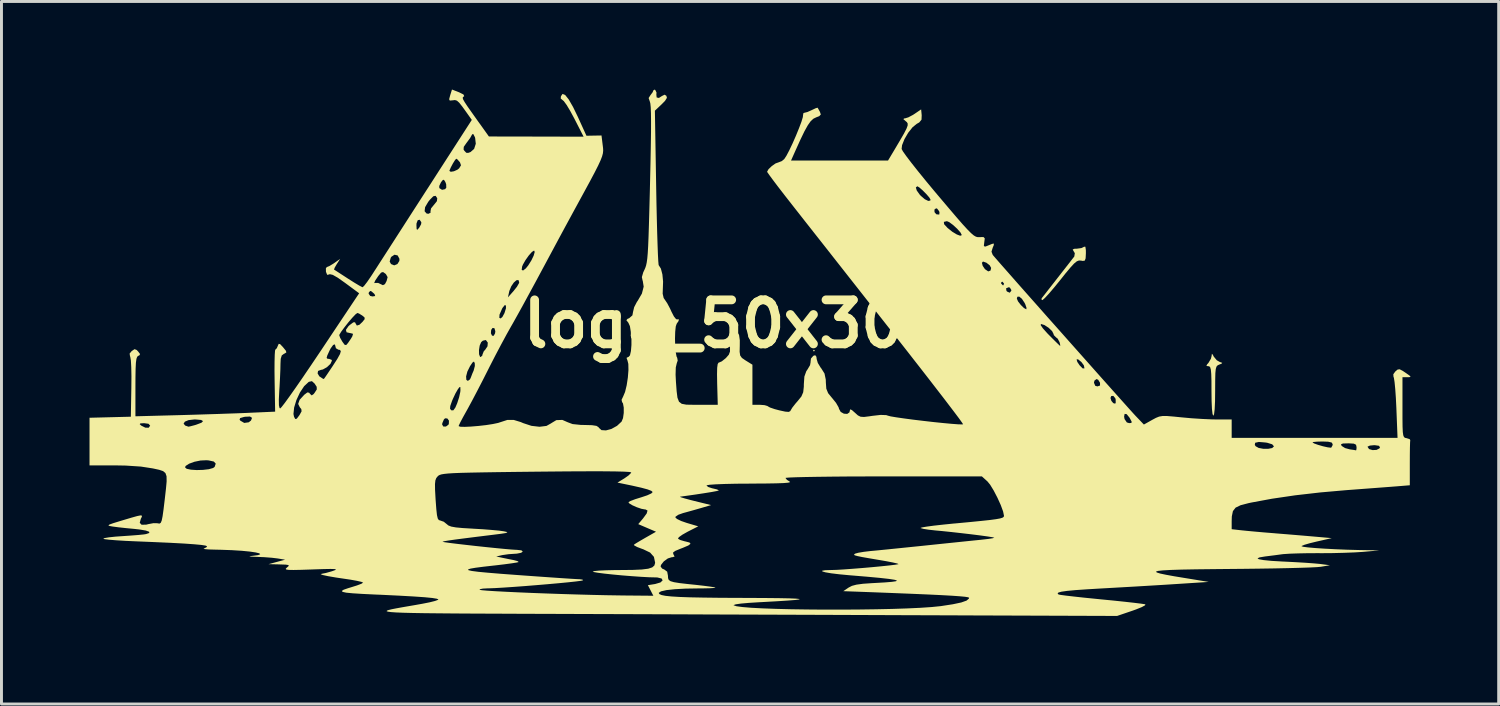
<source format=kicad_pcb>
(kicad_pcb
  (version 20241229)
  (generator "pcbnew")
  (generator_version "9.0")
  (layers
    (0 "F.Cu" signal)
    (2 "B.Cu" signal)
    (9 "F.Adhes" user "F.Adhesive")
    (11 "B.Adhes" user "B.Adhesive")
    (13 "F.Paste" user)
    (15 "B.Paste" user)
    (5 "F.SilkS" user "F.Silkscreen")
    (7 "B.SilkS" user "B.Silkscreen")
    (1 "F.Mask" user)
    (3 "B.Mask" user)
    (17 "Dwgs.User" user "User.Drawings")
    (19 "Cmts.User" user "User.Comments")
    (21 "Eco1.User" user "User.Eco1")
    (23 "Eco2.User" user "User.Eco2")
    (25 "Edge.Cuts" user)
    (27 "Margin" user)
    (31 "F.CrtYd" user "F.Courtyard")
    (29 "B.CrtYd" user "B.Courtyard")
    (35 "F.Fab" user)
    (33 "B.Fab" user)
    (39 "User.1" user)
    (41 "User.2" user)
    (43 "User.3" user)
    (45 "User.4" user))
  (footprint "logo_50x30"
    (layer "F.Cu")
    (at 21.271 7.988)
    (property "Reference" "logo_50x30" (at 0 0 0) (layer "F.SilkS") (effects (font (size 1.5 1.5) (thickness 0.3))))
    (attr board_only exclude_from_pos_files exclude_from_bom)
    (fp_poly (pts (xy 3.441 0.907) (xy 3.41 0.938) (xy 3.378 0.907) (xy 3.41 0.876)) (stroke (width 0) (type solid)) (fill yes) (layer "F.SilkS"))
    (fp_poly (pts (xy 16.998 1.046) (xy 17.03 1.109) (xy 17.134 1.236) (xy 17.228 1.29) (xy 17.319 1.324) (xy 17.297 1.353) (xy 17.219 1.383) (xy 17.163 1.409) (xy 17.124 1.453) (xy 17.1 1.535) (xy 17.086 1.677) (xy 17.081 1.899) (xy 17.079 2.222) (xy 17.079 2.281) (xy 17.075 2.639) (xy 17.062 2.907) (xy 17.042 3.074) (xy 17.017 3.128) (xy 16.99 3.068) (xy 16.97 2.894) (xy 16.958 2.621) (xy 16.954 2.283) (xy 16.953 1.941) (xy 16.946 1.705) (xy 16.933 1.556) (xy 16.91 1.475) (xy 16.876 1.442) (xy 16.851 1.439) (xy 16.782 1.43) (xy 16.801 1.382) (xy 16.851 1.325) (xy 16.934 1.186) (xy 16.958 1.09) (xy 16.968 1.014)) (stroke (width 0) (type solid)) (fill yes) (layer "F.SilkS"))
    (fp_poly (pts (xy 12.674 -2.519) (xy 12.675 -2.41) (xy 12.666 -2.236) (xy 12.637 -2.159) (xy 12.569 -2.148) (xy 12.511 -2.159) (xy 12.44 -2.163) (xy 12.366 -2.135) (xy 12.273 -2.059) (xy 12.146 -1.921) (xy 11.969 -1.709) (xy 11.806 -1.503) (xy 11.604 -1.255) (xy 11.426 -1.046) (xy 11.287 -0.895) (xy 11.203 -0.819) (xy 11.19 -0.813) (xy 11.155 -0.846) (xy 11.181 -0.892) (xy 11.242 -0.969) (xy 11.362 -1.123) (xy 11.525 -1.332) (xy 11.715 -1.575) (xy 11.731 -1.595) (xy 11.922 -1.84) (xy 12.088 -2.052) (xy 12.212 -2.212) (xy 12.278 -2.296) (xy 12.28 -2.299) (xy 12.298 -2.412) (xy 12.262 -2.471) (xy 12.225 -2.537) (xy 12.281 -2.562) (xy 12.367 -2.565) (xy 12.522 -2.586) (xy 12.615 -2.631) (xy 12.657 -2.631)) (stroke (width 0) (type solid)) (fill yes) (layer "F.SilkS"))
    (fp_poly (pts (xy -8.681 -7.894) (xy -8.532 -7.82) (xy -8.505 -7.764) (xy -8.52 -7.75) (xy -8.548 -7.73) (xy -8.557 -7.701) (xy -8.541 -7.648) (xy -8.489 -7.557) (xy -8.394 -7.413) (xy -8.246 -7.203) (xy -8.038 -6.91) (xy -7.941 -6.776) (xy -7.664 -6.388) (xy -6.051 -6.385) (xy -4.438 -6.381) (xy -4.758 -7.007) (xy -4.893 -7.257) (xy -5.015 -7.46) (xy -5.111 -7.592) (xy -5.16 -7.633) (xy -5.217 -7.68) (xy -5.211 -7.756) (xy -5.156 -7.838) (xy -5.067 -7.803) (xy -4.947 -7.653) (xy -4.796 -7.391) (xy -4.635 -7.059) (xy -4.341 -6.413) (xy -4.084 -6.418) (xy -3.828 -6.422) (xy -3.787 -6.091) (xy -3.775 -5.994) (xy -3.771 -5.907) (xy -3.78 -5.816) (xy -3.808 -5.71) (xy -3.86 -5.575) (xy -3.942 -5.397) (xy -4.06 -5.165) (xy -4.219 -4.865) (xy -4.426 -4.484) (xy -4.685 -4.009) (xy -4.756 -3.879) (xy -4.891 -3.63) (xy -5.072 -3.297) (xy -5.283 -2.906) (xy -5.511 -2.481) (xy -5.742 -2.05) (xy -5.852 -1.846) (xy -6.077 -1.427) (xy -6.303 -1.011) (xy -6.516 -0.619) (xy -6.705 -0.278) (xy -6.855 -0.01) (xy -6.915 0.094) (xy -7.063 0.358) (xy -7.246 0.697) (xy -7.444 1.072) (xy -7.636 1.446) (xy -7.695 1.564) (xy -7.875 1.919) (xy -8.061 2.279) (xy -8.235 2.61) (xy -8.379 2.876) (xy -8.422 2.954) (xy -8.545 3.174) (xy -8.639 3.352) (xy -8.69 3.461) (xy -8.696 3.479) (xy -8.639 3.501) (xy -8.488 3.505) (xy -8.272 3.495) (xy -8.021 3.474) (xy -7.764 3.445) (xy -7.531 3.409) (xy -7.35 3.371) (xy -7.283 3.349) (xy -7.039 3.27) (xy -6.821 3.268) (xy -6.578 3.342) (xy -6.498 3.377) (xy -6.216 3.47) (xy -5.94 3.502) (xy -5.703 3.473) (xy -5.54 3.382) (xy -5.537 3.378) (xy -5.367 3.276) (xy -5.162 3.268) (xy -4.977 3.349) (xy -4.814 3.41) (xy -4.532 3.439) (xy -4.405 3.441) (xy -4.152 3.448) (xy -4.001 3.471) (xy -3.929 3.516) (xy -3.919 3.535) (xy -3.83 3.616) (xy -3.676 3.626) (xy -3.488 3.575) (xy -3.299 3.47) (xy -3.144 3.326) (xy -3.095 3.208) (xy -3.07 3.032) (xy -3.07 2.849) (xy -3.096 2.707) (xy -3.127 2.659) (xy -3.144 2.583) (xy -3.09 2.47) (xy -3.025 2.315) (xy -2.97 2.087) (xy -2.93 1.825) (xy -2.91 1.57) (xy -2.914 1.361) (xy -2.941 1.251) (xy -2.975 1.155) (xy -2.924 1.126) (xy -2.911 1.126) (xy -2.859 1.07) (xy -2.825 0.922) (xy -2.808 0.716) (xy -2.808 0.483) (xy -2.826 0.258) (xy -2.861 0.071) (xy -2.913 -0.043) (xy -2.916 -0.047) (xy -2.981 -0.128) (xy -2.94 -0.175) (xy -2.885 -0.197) (xy -2.775 -0.294) (xy -2.753 -0.414) (xy -2.715 -0.573) (xy -2.622 -0.752) (xy -2.595 -0.789) (xy -2.452 -1.035) (xy -2.391 -1.272) (xy -2.422 -1.468) (xy -2.428 -1.479) (xy -2.453 -1.597) (xy -2.406 -1.759) (xy -2.365 -1.846) (xy -2.335 -1.914) (xy -2.309 -1.993) (xy -2.287 -2.096) (xy -2.268 -2.234) (xy -2.252 -2.419) (xy -2.238 -2.664) (xy -2.225 -2.98) (xy -2.212 -3.38) (xy -2.198 -3.876) (xy -2.182 -4.479) (xy -2.175 -4.781) (xy -2.159 -5.476) (xy -2.148 -6.054) (xy -2.141 -6.526) (xy -2.14 -6.899) (xy -2.143 -7.181) (xy -2.151 -7.383) (xy -2.164 -7.513) (xy -2.181 -7.58) (xy -2.183 -7.583) (xy -2.222 -7.698) (xy -2.16 -7.796) (xy -2.083 -7.899) (xy -2.065 -7.953) (xy -2.025 -7.985) (xy -1.997 -7.973) (xy -1.954 -7.886) (xy -1.959 -7.813) (xy -1.949 -7.717) (xy -1.872 -7.701) (xy -1.764 -7.77) (xy -1.677 -7.812) (xy -1.618 -7.774) (xy -1.599 -7.705) (xy -1.664 -7.601) (xy -1.778 -7.485) (xy -2.009 -7.267) (xy -1.965 -4.65) (xy -1.955 -4.09) (xy -1.943 -3.57) (xy -1.931 -3.102) (xy -1.918 -2.7) (xy -1.906 -2.377) (xy -1.894 -2.147) (xy -1.883 -2.021) (xy -1.878 -2.002) (xy -1.805 -1.887) (xy -1.753 -1.688) (xy -1.73 -1.445) (xy -1.736 -1.263) (xy -1.744 -1.032) (xy -1.71 -0.885) (xy -1.67 -0.827) (xy -1.589 -0.707) (xy -1.492 -0.524) (xy -1.444 -0.418) (xy -1.361 -0.257) (xy -1.287 -0.165) (xy -1.252 -0.156) (xy -1.195 -0.163) (xy -1.201 -0.103) (xy -1.263 -0.013) (xy -1.265 -0.012) (xy -1.298 0.084) (xy -1.317 0.267) (xy -1.324 0.498) (xy -1.318 0.74) (xy -1.3 0.956) (xy -1.271 1.108) (xy -1.249 1.151) (xy -1.232 1.247) (xy -1.263 1.335) (xy -1.297 1.481) (xy -1.304 1.729) (xy -1.292 1.967) (xy -1.268 2.291) (xy -1.24 2.512) (xy -1.188 2.648) (xy -1.094 2.72) (xy -0.937 2.749) (xy -0.698 2.753) (xy -0.521 2.753) (xy 0.133 2.753) (xy 0.113 2.033) (xy 0.108 1.709) (xy 0.113 1.493) (xy 0.13 1.368) (xy 0.16 1.317) (xy 0.175 1.314) (xy 0.27 1.273) (xy 0.397 1.172) (xy 0.416 1.154) (xy 0.51 1.046) (xy 0.55 0.937) (xy 0.548 0.779) (xy 0.535 0.663) (xy 0.518 0.452) (xy 0.537 0.326) (xy 0.594 0.25) (xy 0.688 0.201) (xy 0.777 0.25) (xy 0.796 0.269) (xy 0.859 0.376) (xy 0.884 0.554) (xy 0.883 0.741) (xy 0.878 0.949) (xy 0.897 1.074) (xy 0.956 1.157) (xy 1.072 1.237) (xy 1.091 1.249) (xy 1.314 1.387) (xy 1.314 2.07) (xy 1.314 2.753) (xy 1.56 2.753) (xy 1.725 2.765) (xy 1.828 2.795) (xy 1.839 2.805) (xy 1.913 2.846) (xy 2.071 2.9) (xy 2.229 2.942) (xy 2.436 2.987) (xy 2.551 2.995) (xy 2.604 2.968) (xy 2.616 2.944) (xy 2.672 2.851) (xy 2.784 2.708) (xy 2.855 2.627) (xy 2.982 2.47) (xy 3.044 2.326) (xy 3.065 2.138) (xy 3.066 2.05) (xy 3.084 1.792) (xy 3.149 1.61) (xy 3.197 1.539) (xy 3.277 1.403) (xy 3.297 1.295) (xy 3.295 1.288) (xy 3.308 1.177) (xy 3.39 1.084) (xy 3.453 1.064) (xy 3.493 1.116) (xy 3.503 1.195) (xy 3.542 1.328) (xy 3.638 1.486) (xy 3.66 1.513) (xy 3.77 1.688) (xy 3.813 1.896) (xy 3.816 1.998) (xy 3.831 2.204) (xy 3.893 2.357) (xy 4.027 2.521) (xy 4.031 2.525) (xy 4.162 2.687) (xy 4.249 2.838) (xy 4.265 2.893) (xy 4.322 2.996) (xy 4.43 3.056) (xy 4.543 3.064) (xy 4.619 3.012) (xy 4.63 2.964) (xy 4.644 2.908) (xy 4.703 2.932) (xy 4.808 3.025) (xy 4.908 3.115) (xy 4.998 3.16) (xy 5.116 3.168) (xy 5.301 3.145) (xy 5.401 3.13) (xy 5.683 3.098) (xy 5.874 3.105) (xy 5.927 3.123) (xy 6.019 3.147) (xy 6.207 3.179) (xy 6.47 3.217) (xy 6.784 3.259) (xy 7.126 3.3) (xy 7.473 3.34) (xy 7.803 3.374) (xy 8.092 3.401) (xy 8.318 3.418) (xy 8.457 3.422) (xy 8.491 3.417) (xy 8.458 3.364) (xy 8.355 3.22) (xy 8.308 3.157) (xy 13.977 3.157) (xy 13.992 3.239) (xy 14.07 3.354) (xy 14.15 3.378) (xy 14.227 3.371) (xy 14.234 3.328) (xy 14.175 3.215) (xy 14.161 3.191) (xy 14.064 3.072) (xy 13.995 3.063) (xy 13.977 3.157) (xy 8.308 3.157) (xy 8.187 2.996) (xy 7.96 2.698) (xy 7.825 2.521) (xy 13.513 2.521) (xy 13.543 2.619) (xy 13.608 2.696) (xy 13.671 2.715) (xy 13.69 2.69) (xy 13.69 2.576) (xy 13.678 2.532) (xy 13.612 2.452) (xy 13.54 2.453) (xy 13.513 2.521) (xy 7.825 2.521) (xy 7.681 2.335) (xy 7.424 2.002) (xy 12.95 2.002) (xy 12.995 2.107) (xy 13.07 2.127) (xy 13.157 2.097) (xy 13.156 2.002) (xy 13.093 1.9) (xy 13.037 1.877) (xy 12.967 1.929) (xy 12.95 2.002) (xy 7.424 2.002) (xy 7.357 1.915) (xy 6.993 1.447) (xy 6.806 1.208) (xy 12.358 1.208) (xy 12.383 1.293) (xy 12.461 1.408) (xy 12.564 1.513) (xy 12.622 1.514) (xy 12.626 1.505) (xy 12.605 1.408) (xy 12.521 1.295) (xy 12.407 1.203) (xy 12.358 1.208) (xy 6.806 1.208) (xy 6.596 0.938) (xy 6.172 0.398) (xy 6.029 0.215) (xy 5.89 0.039) (xy 11.135 0.039) (xy 11.211 0.15) (xy 11.364 0.321) (xy 11.417 0.375) (xy 11.587 0.546) (xy 11.72 0.676) (xy 11.793 0.745) (xy 11.801 0.751) (xy 11.797 0.7) (xy 11.778 0.62) (xy 11.714 0.5) (xy 11.659 0.457) (xy 11.582 0.379) (xy 11.574 0.342) (xy 11.524 0.243) (xy 11.405 0.129) (xy 11.262 0.036) (xy 11.145 0) (xy 11.135 0.039) (xy 5.89 0.039) (xy 5.566 -0.373) (xy 5.179 -0.864) (xy 10.323 -0.864) (xy 10.363 -0.77) (xy 10.458 -0.648) (xy 10.566 -0.543) (xy 10.645 -0.5) (xy 10.652 -0.549) (xy 10.61 -0.671) (xy 10.587 -0.718) (xy 10.495 -0.858) (xy 10.404 -0.933) (xy 10.339 -0.927) (xy 10.323 -0.864) (xy 5.179 -0.864) (xy 5.103 -0.961) (xy 4.905 -1.213) (xy 9.955 -1.213) (xy 9.97 -1.127) (xy 9.989 -1.105) (xy 10.081 -1.065) (xy 10.133 -1.131) (xy 10.135 -1.157) (xy 10.085 -1.24) (xy 10.041 -1.251) (xy 9.955 -1.213) (xy 4.905 -1.213) (xy 4.757 -1.401) (xy 9.781 -1.401) (xy 9.791 -1.376) (xy 9.847 -1.317) (xy 9.857 -1.314) (xy 9.884 -1.362) (xy 9.885 -1.376) (xy 9.837 -1.437) (xy 9.818 -1.439) (xy 9.781 -1.401) (xy 4.757 -1.401) (xy 4.649 -1.538) (xy 4.22 -2.084) (xy 9.133 -2.084) (xy 9.159 -1.982) (xy 9.236 -1.868) (xy 9.348 -1.791) (xy 9.426 -1.82) (xy 9.447 -1.91) (xy 9.397 -2) (xy 9.286 -2.087) (xy 9.171 -2.127) (xy 9.169 -2.127) (xy 9.133 -2.084) (xy 4.22 -2.084) (xy 4.214 -2.091) (xy 3.809 -2.607) (xy 3.441 -3.074) (xy 3.123 -3.478) (xy 7.836 -3.478) (xy 7.845 -3.399) (xy 7.961 -3.273) (xy 8.123 -3.143) (xy 8.277 -3.05) (xy 8.394 -3.006) (xy 8.445 -3.026) (xy 8.446 -3.032) (xy 8.401 -3.119) (xy 8.29 -3.244) (xy 8.151 -3.372) (xy 8.019 -3.47) (xy 7.939 -3.503) (xy 7.836 -3.478) (xy 3.123 -3.478) (xy 3.122 -3.479) (xy 2.862 -3.811) (xy 2.793 -3.898) (xy 7.515 -3.898) (xy 7.518 -3.81) (xy 7.577 -3.74) (xy 7.586 -3.736) (xy 7.68 -3.728) (xy 7.687 -3.806) (xy 7.673 -3.845) (xy 7.608 -3.929) (xy 7.572 -3.941) (xy 7.515 -3.898) (xy 2.793 -3.898) (xy 2.675 -4.049) (xy 2.425 -4.368) (xy 2.206 -4.652) (xy 6.882 -4.652) (xy 6.912 -4.549) (xy 7.014 -4.406) (xy 7.05 -4.367) (xy 7.187 -4.25) (xy 7.305 -4.192) (xy 7.374 -4.205) (xy 7.382 -4.236) (xy 7.341 -4.308) (xy 7.24 -4.425) (xy 7.114 -4.552) (xy 6.999 -4.653) (xy 6.932 -4.692) (xy 6.882 -4.652) (xy 2.206 -4.652) (xy 2.204 -4.654) (xy 2.023 -4.893) (xy 1.892 -5.071) (xy 1.822 -5.171) (xy 1.814 -5.188) (xy 1.862 -5.273) (xy 1.973 -5.379) (xy 2.102 -5.47) (xy 2.2 -5.505) (xy 2.314 -5.549) (xy 2.398 -5.618) (xy 2.471 -5.729) (xy 2.57 -5.917) (xy 2.683 -6.155) (xy 2.797 -6.415) (xy 2.901 -6.67) (xy 2.984 -6.89) (xy 3.032 -7.049) (xy 3.038 -7.114) (xy 3.052 -7.186) (xy 3.083 -7.195) (xy 3.189 -7.222) (xy 3.337 -7.288) (xy 3.341 -7.29) (xy 3.468 -7.35) (xy 3.533 -7.369) (xy 3.535 -7.368) (xy 3.571 -7.306) (xy 3.614 -7.227) (xy 3.644 -7.137) (xy 3.59 -7.08) (xy 3.486 -7.04) (xy 3.392 -6.994) (xy 3.3 -6.91) (xy 3.203 -6.774) (xy 3.088 -6.568) (xy 2.948 -6.278) (xy 2.775 -5.896) (xy 2.629 -5.568) (xy 4.282 -5.568) (xy 5.934 -5.568) (xy 6.149 -5.928) (xy 6.342 -6.254) (xy 6.478 -6.489) (xy 6.562 -6.652) (xy 6.602 -6.76) (xy 6.604 -6.829) (xy 6.576 -6.876) (xy 6.534 -6.911) (xy 6.457 -6.979) (xy 6.482 -7.003) (xy 6.513 -7.005) (xy 6.626 -7.04) (xy 6.784 -7.124) (xy 6.838 -7.159) (xy 7.062 -7.311) (xy 7.081 -7.112) (xy 7.075 -6.961) (xy 6.998 -6.867) (xy 6.913 -6.819) (xy 6.769 -6.702) (xy 6.621 -6.515) (xy 6.494 -6.298) (xy 6.412 -6.092) (xy 6.397 -5.963) (xy 6.44 -5.883) (xy 6.555 -5.72) (xy 6.731 -5.489) (xy 6.958 -5.202) (xy 7.226 -4.872) (xy 7.525 -4.512) (xy 7.633 -4.384) (xy 7.98 -3.974) (xy 8.256 -3.65) (xy 8.472 -3.402) (xy 8.638 -3.221) (xy 8.763 -3.095) (xy 8.856 -3.016) (xy 8.929 -2.974) (xy 8.99 -2.958) (xy 9.051 -2.959) (xy 9.052 -2.959) (xy 9.187 -2.962) (xy 9.23 -2.916) (xy 9.214 -2.792) (xy 9.199 -2.666) (xy 9.233 -2.634) (xy 9.28 -2.648) (xy 9.429 -2.708) (xy 9.48 -2.729) (xy 9.541 -2.74) (xy 9.535 -2.681) (xy 9.502 -2.604) (xy 9.459 -2.464) (xy 9.499 -2.358) (xy 9.52 -2.331) (xy 9.622 -2.213) (xy 9.794 -2.016) (xy 10.028 -1.751) (xy 10.312 -1.428) (xy 10.639 -1.058) (xy 10.998 -0.653) (xy 11.38 -0.221) (xy 11.776 0.224) (xy 12.175 0.674) (xy 12.569 1.117) (xy 12.947 1.543) (xy 13.301 1.941) (xy 13.621 2.299) (xy 13.897 2.608) (xy 14.12 2.857) (xy 14.28 3.035) (xy 14.368 3.131) (xy 14.373 3.136) (xy 14.651 3.426) (xy 14.936 3.266) (xy 15.063 3.198) (xy 15.17 3.155) (xy 15.288 3.135) (xy 15.445 3.136) (xy 15.674 3.155) (xy 15.923 3.18) (xy 16.274 3.212) (xy 16.645 3.236) (xy 16.979 3.251) (xy 17.133 3.253) (xy 17.642 3.253) (xy 17.642 3.566) (xy 17.642 3.879) (xy 20.467 3.879) (xy 23.293 3.879) (xy 23.253 2.867) (xy 23.236 2.521) (xy 23.215 2.219) (xy 23.192 1.983) (xy 23.169 1.835) (xy 23.155 1.797) (xy 23.149 1.713) (xy 23.215 1.621) (xy 23.294 1.553) (xy 23.365 1.543) (xy 23.471 1.598) (xy 23.562 1.659) (xy 23.699 1.755) (xy 23.739 1.8) (xy 23.691 1.813) (xy 23.626 1.814) (xy 23.461 1.814) (xy 23.461 2.842) (xy 23.461 3.222) (xy 23.464 3.495) (xy 23.472 3.679) (xy 23.488 3.792) (xy 23.513 3.853) (xy 23.551 3.88) (xy 23.601 3.89) (xy 23.705 3.923) (xy 23.726 3.957) (xy 23.72 4.035) (xy 23.715 4.211) (xy 23.712 4.46) (xy 23.711 4.749) (xy 23.711 5.495) (xy 23.257 5.532) (xy 23.05 5.548) (xy 22.746 5.571) (xy 22.375 5.599) (xy 21.966 5.63) (xy 21.552 5.661) (xy 20.662 5.739) (xy 19.808 5.837) (xy 19.018 5.953) (xy 18.321 6.082) (xy 18.221 6.103) (xy 17.948 6.174) (xy 17.776 6.257) (xy 17.684 6.376) (xy 17.647 6.556) (xy 17.642 6.714) (xy 17.642 6.992) (xy 17.971 7.029) (xy 18.16 7.048) (xy 18.437 7.074) (xy 18.768 7.103) (xy 19.114 7.131) (xy 19.144 7.134) (xy 19.517 7.164) (xy 19.903 7.196) (xy 20.255 7.226) (xy 20.52 7.249) (xy 21.052 7.296) (xy 20.536 7.413) (xy 20.302 7.47) (xy 20.123 7.522) (xy 20.028 7.562) (xy 20.02 7.571) (xy 20.079 7.591) (xy 20.243 7.612) (xy 20.493 7.634) (xy 20.809 7.655) (xy 21.17 7.674) (xy 21.558 7.69) (xy 21.951 7.701) (xy 22.11 7.704) (xy 22.679 7.714) (xy 22.116 7.764) (xy 21.838 7.782) (xy 21.479 7.796) (xy 21.08 7.806) (xy 20.685 7.809) (xy 20.614 7.808) (xy 20.254 7.809) (xy 19.912 7.816) (xy 19.619 7.826) (xy 19.409 7.84) (xy 19.363 7.845) (xy 19.111 7.879) (xy 18.857 7.911) (xy 18.784 7.92) (xy 18.592 7.952) (xy 18.522 7.984) (xy 18.569 8.015) (xy 18.729 8.044) (xy 19 8.071) (xy 19.377 8.093) (xy 19.441 8.096) (xy 19.798 8.114) (xy 20.138 8.134) (xy 20.429 8.155) (xy 20.636 8.174) (xy 20.677 8.179) (xy 20.989 8.22) (xy 20.677 8.272) (xy 20.547 8.284) (xy 20.307 8.296) (xy 19.973 8.307) (xy 19.558 8.318) (xy 19.079 8.328) (xy 18.55 8.336) (xy 17.987 8.343) (xy 17.75 8.345) (xy 17.027 8.352) (xy 16.424 8.359) (xy 15.938 8.368) (xy 15.563 8.38) (xy 15.295 8.395) (xy 15.13 8.413) (xy 15.062 8.437) (xy 15.089 8.466) (xy 15.204 8.502) (xy 15.403 8.544) (xy 15.683 8.595) (xy 15.987 8.645) (xy 16.86 8.788) (xy 15.766 8.859) (xy 15.357 8.885) (xy 14.863 8.915) (xy 14.325 8.947) (xy 13.78 8.978) (xy 13.271 9.007) (xy 13.214 9.01) (xy 12.708 9.04) (xy 12.317 9.067) (xy 12.032 9.094) (xy 11.842 9.121) (xy 11.738 9.15) (xy 11.711 9.183) (xy 11.745 9.217) (xy 11.819 9.231) (xy 11.998 9.255) (xy 12.266 9.286) (xy 12.603 9.323) (xy 12.992 9.362) (xy 13.2 9.383) (xy 13.611 9.423) (xy 13.983 9.462) (xy 14.297 9.497) (xy 14.534 9.526) (xy 14.674 9.546) (xy 14.702 9.552) (xy 14.69 9.585) (xy 14.579 9.646) (xy 14.389 9.723) (xy 14.267 9.767) (xy 13.738 9.947) (xy 9.512 9.932) (xy 8.905 9.93) (xy 8.186 9.927) (xy 7.367 9.924) (xy 6.462 9.921) (xy 5.483 9.917) (xy 4.443 9.913) (xy 3.355 9.909) (xy 2.232 9.905) (xy 1.087 9.901) (xy -0.068 9.897) (xy -1.219 9.892) (xy -2.354 9.888) (xy -3.191 9.885) (xy -4.411 9.881) (xy -5.511 9.877) (xy -6.496 9.874) (xy -7.37 9.87) (xy -8.14 9.867) (xy -8.809 9.863) (xy -9.383 9.858) (xy -9.866 9.853) (xy -10.264 9.846) (xy -10.582 9.838) (xy -10.824 9.828) (xy -10.996 9.816) (xy -11.102 9.802) (xy -11.148 9.786) (xy -11.138 9.766) (xy -11.077 9.744) (xy -10.971 9.718) (xy -10.824 9.689) (xy -10.642 9.656) (xy -10.429 9.619) (xy -10.19 9.578) (xy -9.932 9.532) (xy -9.689 9.484) (xy -9.501 9.437) (xy -9.397 9.399) (xy -9.384 9.386) (xy -9.436 9.361) (xy -9.593 9.335) (xy -9.86 9.309) (xy -10.24 9.283) (xy -10.737 9.255) (xy -11.355 9.225) (xy -11.511 9.219) (xy -11.965 9.197) (xy -12.301 9.176) (xy -12.527 9.154) (xy -12.649 9.127) (xy -12.675 9.095) (xy -12.613 9.054) (xy -12.469 9.004) (xy -12.37 8.974) (xy -12.162 8.909) (xy -12.011 8.852) (xy -11.95 8.814) (xy -11.949 8.813) (xy -12.007 8.786) (xy -12.16 8.751) (xy -12.382 8.711) (xy -12.497 8.694) (xy -12.869 8.639) (xy -13.149 8.591) (xy -13.327 8.552) (xy -13.397 8.524) (xy -13.357 8.51) (xy -13.218 8.483) (xy -13.03 8.43) (xy -12.982 8.414) (xy -12.898 8.383) (xy -12.875 8.362) (xy -12.923 8.35) (xy -13.057 8.346) (xy -13.288 8.35) (xy -13.629 8.361) (xy -13.701 8.364) (xy -14.066 8.376) (xy -14.322 8.381) (xy -14.484 8.378) (xy -14.568 8.366) (xy -14.588 8.344) (xy -14.56 8.311) (xy -14.546 8.299) (xy -14.485 8.244) (xy -14.493 8.213) (xy -14.587 8.199) (xy -14.787 8.192) (xy -14.796 8.191) (xy -15.171 8.183) (xy -14.89 8.107) (xy -14.608 8.031) (xy -14.858 7.989) (xy -15.055 7.965) (xy -15.315 7.945) (xy -15.547 7.935) (xy -15.747 7.927) (xy -15.825 7.918) (xy -15.781 7.906) (xy -15.719 7.9) (xy -15.53 7.875) (xy -15.455 7.846) (xy -15.484 7.815) (xy -15.606 7.784) (xy -15.81 7.754) (xy -16.085 7.727) (xy -16.421 7.706) (xy -16.807 7.692) (xy -16.985 7.688) (xy -17.201 7.682) (xy -17.342 7.671) (xy -17.388 7.657) (xy -17.376 7.652) (xy -17.284 7.605) (xy -17.267 7.574) (xy -17.314 7.551) (xy -17.459 7.528) (xy -17.706 7.505) (xy -18.06 7.48) (xy -18.526 7.455) (xy -19.108 7.429) (xy -19.693 7.405) (xy -20.048 7.389) (xy -20.357 7.37) (xy -20.6 7.35) (xy -20.756 7.331) (xy -20.804 7.316) (xy -20.758 7.294) (xy -20.611 7.269) (xy -20.387 7.245) (xy -20.16 7.229) (xy -19.868 7.209) (xy -19.611 7.189) (xy -19.421 7.17) (xy -19.345 7.158) (xy -19.234 7.12) (xy -19.241 7.078) (xy -19.356 7.037) (xy -19.572 7.001) (xy -19.752 6.981) (xy -20.025 6.955) (xy -20.284 6.927) (xy -20.474 6.902) (xy -20.482 6.901) (xy -20.588 6.882) (xy -20.629 6.862) (xy -20.592 6.833) (xy -20.465 6.787) (xy -20.234 6.716) (xy -20.138 6.687) (xy -19.839 6.598) (xy -19.643 6.543) (xy -19.531 6.521) (xy -19.485 6.531) (xy -19.489 6.57) (xy -19.523 6.638) (xy -19.56 6.774) (xy -19.496 6.841) (xy -19.336 6.836) (xy -19.268 6.819) (xy -19.092 6.786) (xy -18.953 6.789) (xy -18.944 6.792) (xy -18.888 6.801) (xy -18.846 6.776) (xy -18.812 6.699) (xy -18.782 6.552) (xy -18.749 6.316) (xy -18.708 5.975) (xy -18.667 5.615) (xy -18.652 5.454) (xy -9.501 5.454) (xy -9.499 5.646) (xy -9.483 5.934) (xy -9.479 5.999) (xy -9.456 6.306) (xy -9.434 6.508) (xy -9.407 6.626) (xy -9.37 6.681) (xy -9.325 6.694) (xy -9.201 6.738) (xy -9.108 6.813) (xy -9.044 6.865) (xy -8.945 6.903) (xy -8.788 6.931) (xy -8.552 6.953) (xy -8.214 6.973) (xy -8.207 6.974) (xy -7.879 6.993) (xy -7.572 7.017) (xy -7.322 7.04) (xy -7.163 7.062) (xy -7.062 7.084) (xy -7.035 7.103) (xy -7.094 7.123) (xy -7.252 7.148) (xy -7.522 7.182) (xy -7.539 7.184) (xy -8.082 7.251) (xy -8.51 7.305) (xy -8.831 7.347) (xy -9.054 7.379) (xy -9.187 7.402) (xy -9.24 7.417) (xy -9.242 7.421) (xy -9.174 7.435) (xy -9.006 7.459) (xy -8.758 7.49) (xy -8.455 7.525) (xy -8.119 7.563) (xy -7.773 7.6) (xy -7.439 7.634) (xy -7.142 7.663) (xy -6.903 7.684) (xy -6.746 7.694) (xy -6.715 7.695) (xy -6.557 7.712) (xy -6.51 7.752) (xy -6.565 7.795) (xy -6.715 7.825) (xy -6.772 7.828) (xy -6.993 7.843) (xy -7.195 7.872) (xy -7.226 7.878) (xy -7.414 7.922) (xy -7.21 7.965) (xy -6.997 8.009) (xy -6.815 8.045) (xy -6.691 8.078) (xy -6.65 8.109) (xy -6.651 8.111) (xy -6.721 8.128) (xy -6.891 8.155) (xy -7.138 8.188) (xy -7.438 8.224) (xy -7.513 8.232) (xy -7.857 8.271) (xy -8.119 8.305) (xy -8.293 8.335) (xy -8.375 8.363) (xy -8.36 8.389) (xy -8.244 8.415) (xy -8.022 8.444) (xy -7.691 8.475) (xy -7.245 8.512) (xy -6.679 8.554) (xy -6.475 8.569) (xy -6.013 8.602) (xy -5.585 8.632) (xy -5.21 8.658) (xy -4.905 8.678) (xy -4.688 8.691) (xy -4.577 8.696) (xy -4.572 8.696) (xy -4.472 8.709) (xy -4.46 8.735) (xy -4.53 8.75) (xy -4.706 8.773) (xy -4.966 8.801) (xy -5.289 8.832) (xy -5.657 8.865) (xy -6.049 8.898) (xy -6.444 8.93) (xy -6.823 8.958) (xy -7.164 8.981) (xy -7.449 8.998) (xy -7.656 9.006) (xy -7.69 9.006) (xy -7.867 9.015) (xy -7.97 9.036) (xy -7.982 9.056) (xy -7.909 9.07) (xy -7.727 9.086) (xy -7.45 9.104) (xy -7.094 9.123) (xy -6.673 9.143) (xy -6.204 9.163) (xy -5.701 9.182) (xy -5.179 9.2) (xy -4.655 9.216) (xy -4.142 9.23) (xy -3.656 9.241) (xy -3.213 9.248) (xy -3.08 9.25) (xy -2.061 9.259) (xy -2.11 9.166) (xy -1.877 9.166) (xy -1.855 9.203) (xy -1.782 9.235) (xy -1.649 9.262) (xy -1.448 9.283) (xy -1.17 9.3) (xy -0.805 9.313) (xy -0.344 9.322) (xy 0.221 9.329) (xy 0.899 9.332) (xy 1.126 9.333) (xy 1.733 9.336) (xy 2.216 9.341) (xy 2.574 9.348) (xy 2.808 9.358) (xy 2.92 9.37) (xy 2.908 9.385) (xy 2.774 9.403) (xy 2.518 9.423) (xy 2.141 9.447) (xy 1.643 9.475) (xy 1.545 9.48) (xy 1.192 9.502) (xy 0.92 9.526) (xy 0.743 9.552) (xy 0.673 9.577) (xy 0.675 9.584) (xy 0.769 9.616) (xy 0.975 9.644) (xy 1.277 9.669) (xy 1.663 9.689) (xy 2.118 9.706) (xy 2.628 9.719) (xy 3.18 9.727) (xy 3.76 9.732) (xy 4.353 9.732) (xy 4.946 9.728) (xy 5.524 9.72) (xy 6.075 9.708) (xy 6.583 9.691) (xy 7.035 9.67) (xy 7.418 9.644) (xy 7.716 9.614) (xy 7.74 9.611) (xy 8.143 9.549) (xy 8.43 9.488) (xy 8.61 9.424) (xy 8.69 9.355) (xy 8.696 9.328) (xy 8.663 9.311) (xy 8.559 9.294) (xy 8.378 9.277) (xy 8.112 9.258) (xy 7.754 9.238) (xy 7.297 9.216) (xy 6.735 9.192) (xy 6.061 9.165) (xy 5.443 9.141) (xy 4.411 9.103) (xy 4.59 8.981) (xy 4.704 8.922) (xy 4.858 8.881) (xy 5.08 8.851) (xy 5.396 8.829) (xy 5.477 8.825) (xy 5.825 8.805) (xy 6.069 8.785) (xy 6.208 8.764) (xy 6.238 8.741) (xy 6.157 8.715) (xy 5.961 8.685) (xy 5.649 8.65) (xy 5.217 8.61) (xy 4.664 8.564) (xy 4.645 8.563) (xy 4.284 8.529) (xy 4.001 8.495) (xy 3.802 8.461) (xy 3.696 8.431) (xy 3.691 8.406) (xy 3.795 8.389) (xy 4.015 8.382) (xy 4.02 8.382) (xy 4.189 8.377) (xy 4.436 8.362) (xy 4.735 8.34) (xy 5.063 8.314) (xy 5.395 8.285) (xy 5.707 8.255) (xy 5.975 8.227) (xy 6.174 8.203) (xy 6.282 8.184) (xy 6.293 8.18) (xy 6.246 8.16) (xy 6.1 8.126) (xy 5.879 8.083) (xy 5.677 8.048) (xy 5.312 7.986) (xy 5.055 7.941) (xy 4.89 7.907) (xy 4.802 7.882) (xy 4.775 7.86) (xy 4.793 7.838) (xy 4.818 7.823) (xy 4.923 7.794) (xy 5.114 7.762) (xy 5.352 7.734) (xy 5.38 7.732) (xy 5.582 7.713) (xy 5.883 7.683) (xy 6.256 7.645) (xy 6.677 7.602) (xy 7.119 7.557) (xy 7.288 7.539) (xy 7.729 7.493) (xy 8.154 7.449) (xy 8.539 7.409) (xy 8.86 7.376) (xy 9.091 7.353) (xy 9.152 7.346) (xy 9.36 7.322) (xy 9.504 7.299) (xy 9.554 7.281) (xy 9.553 7.28) (xy 9.484 7.264) (xy 9.314 7.237) (xy 9.066 7.203) (xy 8.764 7.165) (xy 8.43 7.126) (xy 8.09 7.088) (xy 7.765 7.054) (xy 7.553 7.035) (xy 7.321 7.009) (xy 7.141 6.981) (xy 7.047 6.954) (xy 7.041 6.949) (xy 7.092 6.931) (xy 7.249 6.904) (xy 7.494 6.871) (xy 7.808 6.836) (xy 8.172 6.799) (xy 8.215 6.796) (xy 8.716 6.749) (xy 9.106 6.71) (xy 9.399 6.679) (xy 9.608 6.651) (xy 9.748 6.626) (xy 9.831 6.601) (xy 9.872 6.574) (xy 9.885 6.542) (xy 9.885 6.536) (xy 9.854 6.386) (xy 9.774 6.168) (xy 9.661 5.919) (xy 9.535 5.676) (xy 9.413 5.476) (xy 9.322 5.365) (xy 9.132 5.193) (xy 5.786 5.193) (xy 5.152 5.194) (xy 4.557 5.196) (xy 4.013 5.201) (xy 3.532 5.207) (xy 3.123 5.214) (xy 2.8 5.222) (xy 2.574 5.231) (xy 2.455 5.241) (xy 2.44 5.246) (xy 2.49 5.31) (xy 2.581 5.367) (xy 2.596 5.389) (xy 2.531 5.407) (xy 2.378 5.42) (xy 2.128 5.429) (xy 1.771 5.435) (xy 1.299 5.438) (xy 1.236 5.439) (xy 0.762 5.442) (xy 0.367 5.451) (xy 0.06 5.463) (xy -0.148 5.478) (xy -0.244 5.496) (xy -0.25 5.503) (xy -0.196 5.552) (xy -0.061 5.597) (xy -0.028 5.604) (xy 0.109 5.637) (xy 0.168 5.668) (xy 0.166 5.673) (xy 0.096 5.692) (xy -0.078 5.725) (xy -0.333 5.766) (xy -0.648 5.814) (xy -1.003 5.864) (xy -1.157 5.885) (xy -1.129 5.902) (xy -1.002 5.941) (xy -0.799 5.996) (xy -0.657 6.032) (xy -0.094 6.17) (xy -0.438 6.271) (xy -0.689 6.343) (xy -0.94 6.413) (xy -1.048 6.442) (xy -1.209 6.499) (xy -1.303 6.563) (xy -1.314 6.587) (xy -1.258 6.642) (xy -1.114 6.712) (xy -0.923 6.778) (xy -0.532 6.894) (xy -0.894 7.078) (xy -1.073 7.179) (xy -1.192 7.264) (xy -1.223 7.315) (xy -1.145 7.36) (xy -0.995 7.404) (xy -0.962 7.411) (xy -0.828 7.446) (xy -0.795 7.489) (xy -0.869 7.546) (xy -1.056 7.626) (xy -1.144 7.66) (xy -1.318 7.732) (xy -1.391 7.788) (xy -1.38 7.846) (xy -1.371 7.858) (xy -1.338 7.925) (xy -1.41 7.945) (xy -1.431 7.945) (xy -1.568 7.988) (xy -1.706 8.089) (xy -1.8 8.208) (xy -1.814 8.264) (xy -1.762 8.333) (xy -1.689 8.365) (xy -1.59 8.439) (xy -1.564 8.577) (xy -1.56 8.659) (xy -1.537 8.719) (xy -1.476 8.763) (xy -1.359 8.797) (xy -1.166 8.828) (xy -0.88 8.861) (xy -0.626 8.887) (xy -0.354 8.918) (xy -0.131 8.947) (xy 0.015 8.97) (xy 0.057 8.982) (xy 0.011 8.994) (xy -0.135 9.003) (xy -0.355 9.008) (xy -0.512 9.009) (xy -0.958 9.016) (xy -1.33 9.036) (xy -1.615 9.067) (xy -1.801 9.109) (xy -1.876 9.159) (xy -1.877 9.166) (xy -2.11 9.166) (xy -2.154 9.079) (xy -2.248 8.899) (xy -2 8.859) (xy -1.819 8.806) (xy -1.745 8.736) (xy -1.78 8.672) (xy -1.925 8.636) (xy -1.986 8.634) (xy -2.202 8.629) (xy -2.479 8.614) (xy -2.793 8.592) (xy -3.12 8.566) (xy -3.437 8.536) (xy -3.72 8.506) (xy -3.945 8.477) (xy -4.089 8.452) (xy -4.129 8.436) (xy -4.07 8.418) (xy -3.908 8.402) (xy -3.663 8.391) (xy -3.358 8.384) (xy -3.187 8.383) (xy -2.765 8.379) (xy -2.454 8.365) (xy -2.237 8.338) (xy -2.1 8.293) (xy -2.027 8.229) (xy -2.002 8.142) (xy -2.002 8.127) (xy -2.042 7.934) (xy -2.172 7.788) (xy -2.409 7.674) (xy -2.443 7.663) (xy -2.612 7.599) (xy -2.712 7.545) (xy -2.725 7.521) (xy -2.656 7.474) (xy -2.509 7.386) (xy -2.33 7.282) (xy -1.971 7.078) (xy -2.273 6.949) (xy -2.576 6.819) (xy -2.414 6.627) (xy -2.289 6.457) (xy -2.26 6.357) (xy -2.326 6.319) (xy -2.345 6.319) (xy -2.467 6.297) (xy -2.624 6.244) (xy -2.777 6.176) (xy -2.884 6.111) (xy -2.91 6.07) (xy -2.839 6.03) (xy -2.681 5.97) (xy -2.472 5.905) (xy -2.271 5.838) (xy -2.132 5.774) (xy -2.084 5.726) (xy -2.085 5.725) (xy -2.132 5.684) (xy -2.257 5.636) (xy -2.472 5.578) (xy -2.79 5.506) (xy -3.003 5.462) (xy -3.284 5.404) (xy -3.05 5.261) (xy -2.907 5.161) (xy -2.824 5.078) (xy -2.815 5.056) (xy -2.877 5.042) (xy -3.062 5.031) (xy -3.367 5.023) (xy -3.79 5.019) (xy -4.328 5.019) (xy -4.979 5.022) (xy -5.741 5.029) (xy -6.052 5.032) (xy -6.773 5.04) (xy -7.379 5.048) (xy -7.881 5.056) (xy -8.288 5.064) (xy -8.612 5.072) (xy -8.863 5.082) (xy -9.052 5.094) (xy -9.187 5.108) (xy -9.281 5.124) (xy -9.343 5.144) (xy -9.384 5.167) (xy -9.406 5.187) (xy -9.457 5.249) (xy -9.488 5.33) (xy -9.501 5.454) (xy -18.652 5.454) (xy -18.644 5.359) (xy -18.647 5.187) (xy -18.685 5.079) (xy -18.764 5.013) (xy -18.894 4.969) (xy -19.081 4.928) (xy -19.114 4.921) (xy -19.358 4.883) (xy -18.018 4.883) (xy -17.962 4.933) (xy -17.818 4.964) (xy -17.62 4.977) (xy -17.405 4.971) (xy -17.206 4.948) (xy -17.061 4.907) (xy -17.009 4.869) (xy -16.971 4.758) (xy -17.036 4.687) (xy -17.211 4.648) (xy -17.287 4.642) (xy -17.487 4.651) (xy -17.696 4.694) (xy -17.878 4.76) (xy -17.994 4.835) (xy -18.018 4.883) (xy -19.358 4.883) (xy -19.522 4.858) (xy -20.037 4.824) (xy -20.428 4.817) (xy -21.271 4.817) (xy -21.271 4.121) (xy 18.43 4.121) (xy 18.46 4.166) (xy 18.561 4.223) (xy 18.717 4.252) (xy 18.885 4.253) (xy 19.021 4.227) (xy 19.081 4.172) (xy 19.081 4.167) (xy 19.022 4.099) (xy 18.853 4.047) (xy 18.8 4.039) (xy 18.737 4.033) (xy 20.395 4.033) (xy 20.449 4.069) (xy 20.582 4.117) (xy 20.751 4.166) (xy 20.911 4.202) (xy 21.019 4.215) (xy 21.036 4.211) (xy 21.079 4.133) (xy 21.083 4.095) (xy 21.368 4.095) (xy 21.383 4.144) (xy 21.393 4.157) (xy 21.506 4.228) (xy 21.667 4.272) (xy 21.808 4.292) (xy 21.88 4.306) (xy 21.881 4.307) (xy 21.894 4.263) (xy 21.897 4.192) (xy 21.895 4.186) (xy 22.272 4.186) (xy 22.323 4.262) (xy 22.442 4.297) (xy 22.577 4.29) (xy 22.677 4.238) (xy 22.695 4.207) (xy 22.662 4.15) (xy 22.514 4.129) (xy 22.496 4.129) (xy 22.349 4.143) (xy 22.274 4.178) (xy 22.272 4.186) (xy 21.895 4.186) (xy 21.879 4.114) (xy 21.804 4.077) (xy 21.641 4.067) (xy 21.607 4.067) (xy 21.436 4.072) (xy 21.368 4.095) (xy 21.083 4.095) (xy 21.083 4.094) (xy 21.049 4.039) (xy 20.93 4.011) (xy 20.739 4.004) (xy 20.551 4.009) (xy 20.426 4.021) (xy 20.395 4.033) (xy 18.737 4.033) (xy 18.567 4.019) (xy 18.442 4.047) (xy 18.43 4.121) (xy -21.271 4.121) (xy -21.271 4.006) (xy -21.271 3.414) (xy -19.561 3.414) (xy -19.506 3.464) (xy -19.368 3.533) (xy -19.255 3.534) (xy -19.206 3.465) (xy -19.206 3.462) (xy -19.263 3.399) (xy -19.299 3.395) (xy -18.066 3.395) (xy -18.013 3.46) (xy -17.9 3.499) (xy -17.831 3.485) (xy -17.687 3.447) (xy -17.634 3.431) (xy -17.619 3.425) (xy -9.258 3.425) (xy -9.217 3.493) (xy -9.128 3.494) (xy -9.045 3.434) (xy -9.03 3.405) (xy -9.025 3.293) (xy -9.08 3.219) (xy -9.158 3.214) (xy -9.198 3.254) (xy -9.251 3.378) (xy -9.258 3.425) (xy -17.619 3.425) (xy -17.457 3.364) (xy -17.403 3.309) (xy -17.47 3.27) (xy -17.639 3.255) (xy -16.159 3.255) (xy -16.134 3.293) (xy -16 3.371) (xy -15.847 3.35) (xy -15.77 3.29) (xy -15.734 3.198) (xy -15.804 3.153) (xy -15.972 3.161) (xy -16.01 3.168) (xy -16.138 3.205) (xy -16.159 3.255) (xy -17.639 3.255) (xy -17.658 3.254) (xy -17.698 3.253) (xy -17.895 3.275) (xy -18.022 3.327) (xy -18.066 3.395) (xy -19.299 3.395) (xy -19.41 3.38) (xy -19.54 3.387) (xy -19.561 3.414) (xy -21.271 3.414) (xy -21.271 3.195) (xy -20.567 3.177) (xy -19.863 3.159) (xy -19.846 2.167) (xy -19.843 1.785) (xy -19.849 1.471) (xy -19.862 1.242) (xy -19.883 1.116) (xy -19.891 1.1) (xy -19.905 1.008) (xy -19.835 0.924) (xy -19.738 0.858) (xy -19.665 0.885) (xy -19.616 0.936) (xy -19.549 1.024) (xy -19.573 1.069) (xy -19.61 1.085) (xy -19.647 1.116) (xy -19.673 1.189) (xy -19.691 1.321) (xy -19.701 1.529) (xy -19.706 1.832) (xy -19.707 2.134) (xy -19.707 3.145) (xy -18.19 3.105) (xy -17.702 3.091) (xy -17.198 3.075) (xy -16.87 3.065) (xy -14.323 3.065) (xy -14.305 3.157) (xy -14.262 3.238) (xy -14.21 3.227) (xy -14.126 3.116) (xy -14.112 3.095) (xy -14.046 2.975) (xy -14.056 2.897) (xy -14.063 2.89) (xy -8.988 2.89) (xy -8.943 2.943) (xy -8.942 2.943) (xy -8.876 2.943) (xy -8.808 2.849) (xy -8.745 2.702) (xy -8.679 2.497) (xy -8.639 2.314) (xy -8.634 2.254) (xy -8.638 2.146) (xy -8.67 2.154) (xy -8.724 2.228) (xy -8.804 2.367) (xy -8.894 2.559) (xy -8.921 2.624) (xy -8.981 2.795) (xy -8.988 2.89) (xy -14.063 2.89) (xy -14.105 2.84) (xy -14.162 2.724) (xy -14.113 2.584) (xy -13.953 2.41) (xy -13.85 2.332) (xy -13.788 2.342) (xy -13.759 2.38) (xy -13.702 2.433) (xy -13.636 2.388) (xy -13.606 2.35) (xy -13.528 2.23) (xy -13.532 2.139) (xy -13.603 2.03) (xy -13.694 1.948) (xy -13.795 1.97) (xy -13.807 1.977) (xy -13.959 2.119) (xy -14.103 2.336) (xy -14.222 2.591) (xy -14.3 2.846) (xy -14.323 3.065) (xy -16.87 3.065) (xy -16.709 3.059) (xy -16.269 3.044) (xy -15.91 3.03) (xy -15.81 3.025) (xy -14.947 2.987) (xy -14.965 1.931) (xy -14.969 1.584) (xy -14.967 1.284) (xy -14.961 1.053) (xy -14.951 0.912) (xy -14.941 0.876) (xy -14.89 0.825) (xy -14.859 0.752) (xy -14.826 0.677) (xy -14.78 0.684) (xy -14.689 0.779) (xy -14.672 0.799) (xy -14.579 0.914) (xy -14.566 0.971) (xy -14.627 1.008) (xy -14.645 1.015) (xy -14.721 1.071) (xy -14.757 1.188) (xy -14.765 1.359) (xy -14.769 1.557) (xy -14.781 1.833) (xy -14.797 2.139) (xy -14.806 2.268) (xy -14.821 2.573) (xy -14.818 2.768) (xy -14.797 2.863) (xy -14.774 2.878) (xy -14.725 2.827) (xy -14.614 2.684) (xy -14.451 2.459) (xy -14.243 2.164) (xy -13.998 1.81) (xy -13.913 1.684) (xy -13.5 1.684) (xy -13.442 1.783) (xy -13.322 1.863) (xy -13.288 1.875) (xy -13.253 1.828) (xy -13.224 1.786) (xy -8.441 1.786) (xy -8.433 1.903) (xy -8.381 1.939) (xy -8.31 1.888) (xy -8.282 1.83) (xy -8.226 1.683) (xy -8.184 1.588) (xy -8.143 1.431) (xy -8.146 1.338) (xy -8.173 1.28) (xy -8.222 1.312) (xy -8.308 1.439) (xy -8.398 1.621) (xy -8.441 1.786) (xy -13.224 1.786) (xy -13.165 1.7) (xy -13.042 1.516) (xy -12.991 1.44) (xy -12.829 1.19) (xy -12.737 1.024) (xy -12.709 0.927) (xy -12.735 0.889) (xy -8.002 0.889) (xy -7.999 1.032) (xy -7.966 1.118) (xy -7.945 1.126) (xy -7.889 1.076) (xy -7.883 1.04) (xy -7.839 0.93) (xy -7.789 0.876) (xy -7.712 0.761) (xy -7.702 0.635) (xy -7.764 0.551) (xy -7.773 0.547) (xy -7.871 0.569) (xy -7.928 0.62) (xy -7.978 0.736) (xy -8.002 0.889) (xy -12.735 0.889) (xy -12.739 0.884) (xy -12.794 0.876) (xy -12.877 0.826) (xy -12.888 0.782) (xy -12.911 0.695) (xy -12.971 0.715) (xy -13.056 0.833) (xy -13.095 0.909) (xy -13.171 1.075) (xy -13.193 1.157) (xy -13.162 1.186) (xy -13.107 1.189) (xy -13.023 1.222) (xy -13.013 1.251) (xy -13.063 1.359) (xy -13.182 1.472) (xy -13.321 1.55) (xy -13.388 1.564) (xy -13.485 1.6) (xy -13.5 1.684) (xy -13.913 1.684) (xy -13.725 1.408) (xy -13.431 0.971) (xy -13.394 0.916) (xy -13.039 0.383) (xy -12.763 0.383) (xy -12.731 0.474) (xy -12.657 0.603) (xy -12.579 0.709) (xy -12.526 0.718) (xy -12.465 0.648) (xy -12.366 0.503) (xy -12.318 0.422) (xy -12.293 0.336) (xy -12.358 0.317) (xy -7.596 0.317) (xy -7.557 0.398) (xy -7.501 0.403) (xy -7.454 0.318) (xy -7.445 0.247) (xy -7.476 0.144) (xy -7.54 0.135) (xy -7.587 0.203) (xy -7.596 0.317) (xy -12.358 0.317) (xy -12.371 0.313) (xy -12.381 0.313) (xy -12.513 0.283) (xy -12.536 0.2) (xy -12.449 0.075) (xy -12.406 0.036) (xy -12.285 -0.055) (xy -12.225 -0.058) (xy -12.211 -0.027) (xy -12.163 0.054) (xy -12.074 0.026) (xy -11.975 -0.068) (xy -11.896 -0.166) (xy -11.901 -0.209) (xy -7.309 -0.209) (xy -7.265 -0.188) (xy -7.205 -0.239) (xy -7.137 -0.364) (xy -7.133 -0.372) (xy -7.083 -0.535) (xy -7.084 -0.631) (xy -7.126 -0.642) (xy -7.199 -0.55) (xy -7.216 -0.519) (xy -7.303 -0.318) (xy -7.309 -0.209) (xy -11.901 -0.209) (xy -11.903 -0.226) (xy -11.978 -0.287) (xy -12.09 -0.356) (xy -12.145 -0.375) (xy -12.207 -0.33) (xy -12.318 -0.213) (xy -12.453 -0.055) (xy -12.587 0.115) (xy -12.697 0.264) (xy -12.758 0.365) (xy -12.763 0.383) (xy -13.039 0.383) (xy -12.178 -0.907) (xy -7.015 -0.907) (xy -6.823 -1.124) (xy -6.708 -1.27) (xy -6.64 -1.389) (xy -6.632 -1.421) (xy -6.659 -1.499) (xy -6.728 -1.489) (xy -6.816 -1.411) (xy -6.902 -1.285) (xy -6.966 -1.131) (xy -6.975 -1.095) (xy -7.015 -0.907) (xy -12.178 -0.907) (xy -12.094 -1.032) (xy -11.762 -1.032) (xy -11.709 -0.956) (xy -11.629 -0.938) (xy -11.538 -0.952) (xy -11.557 -1.011) (xy -11.574 -1.032) (xy -11.664 -1.111) (xy -11.707 -1.126) (xy -11.755 -1.075) (xy -11.762 -1.032) (xy -12.094 -1.032) (xy -12.085 -1.046) (xy -12.56 -1.397) (xy -12.811 -1.575) (xy -12.983 -1.673) (xy -13.085 -1.697) (xy -13.11 -1.687) (xy -13.173 -1.673) (xy -13.213 -1.771) (xy -13.216 -1.782) (xy -13.218 -1.898) (xy -13.186 -1.939) (xy -13.1 -1.973) (xy -12.963 -2.056) (xy -12.929 -2.079) (xy -12.731 -2.219) (xy -12.846 -2.042) (xy -12.917 -1.921) (xy -12.941 -1.856) (xy -12.94 -1.854) (xy -12.881 -1.816) (xy -12.744 -1.727) (xy -12.552 -1.602) (xy -12.466 -1.546) (xy -12.256 -1.413) (xy -12.086 -1.311) (xy -11.982 -1.257) (xy -11.966 -1.252) (xy -11.913 -1.302) (xy -11.842 -1.394) (xy -11.572 -1.394) (xy -11.529 -1.397) (xy -11.524 -1.4) (xy -11.435 -1.398) (xy -11.383 -1.373) (xy -11.275 -1.322) (xy -11.206 -1.358) (xy -11.15 -1.464) (xy -11.115 -1.596) (xy -11.171 -1.695) (xy -11.191 -1.714) (xy -11.271 -1.77) (xy -11.337 -1.75) (xy -11.429 -1.64) (xy -11.437 -1.629) (xy -11.54 -1.475) (xy -11.572 -1.394) (xy -11.842 -1.394) (xy -11.812 -1.433) (xy -11.682 -1.622) (xy -11.627 -1.706) (xy -11.54 -1.842) (xy -6.547 -1.842) (xy -6.499 -1.822) (xy -6.407 -1.893) (xy -6.325 -1.994) (xy -6.217 -2.166) (xy -6.139 -2.329) (xy -6.104 -2.452) (xy -6.123 -2.502) (xy -6.125 -2.502) (xy -6.199 -2.454) (xy -6.306 -2.333) (xy -6.417 -2.177) (xy -6.505 -2.023) (xy -6.533 -1.955) (xy -6.547 -1.842) (xy -11.54 -1.842) (xy -11.532 -1.853) (xy -11.378 -2.093) (xy -11.356 -2.127) (xy -11.045 -2.127) (xy -10.999 -2.042) (xy -10.891 -1.997) (xy -10.782 -2.041) (xy -10.715 -2.148) (xy -10.712 -2.22) (xy -10.773 -2.335) (xy -10.88 -2.36) (xy -10.987 -2.29) (xy -11.009 -2.256) (xy -11.045 -2.127) (xy -11.356 -2.127) (xy -11.173 -2.411) (xy -10.926 -2.795) (xy -10.645 -3.231) (xy -10.557 -3.368) (xy -10.133 -3.368) (xy -10.127 -3.233) (xy -10.103 -3.208) (xy -10.042 -3.277) (xy -10.038 -3.282) (xy -9.974 -3.399) (xy -9.966 -3.466) (xy -10.025 -3.552) (xy -10.089 -3.534) (xy -10.13 -3.428) (xy -10.133 -3.368) (xy -10.557 -3.368) (xy -10.339 -3.707) (xy -10.253 -3.841) (xy -9.855 -3.841) (xy -9.786 -3.763) (xy -9.724 -3.754) (xy -9.651 -3.792) (xy -9.654 -3.84) (xy -9.635 -3.938) (xy -9.542 -4.053) (xy -9.537 -4.058) (xy -9.436 -4.184) (xy -9.424 -4.284) (xy -9.479 -4.366) (xy -9.557 -4.352) (xy -9.673 -4.235) (xy -9.732 -4.161) (xy -9.838 -3.98) (xy -9.855 -3.841) (xy -10.253 -3.841) (xy -10.016 -4.208) (xy -9.792 -4.556) (xy -9.697 -4.702) (xy -9.356 -4.702) (xy -9.353 -4.629) (xy -9.261 -4.571) (xy -9.156 -4.593) (xy -9.116 -4.645) (xy -9.12 -4.761) (xy -9.148 -4.839) (xy -9.198 -4.916) (xy -9.247 -4.894) (xy -9.299 -4.823) (xy -9.356 -4.702) (xy -9.697 -4.702) (xy -9.368 -5.214) (xy -9.009 -5.214) (xy -8.962 -5.185) (xy -8.856 -5.203) (xy -8.739 -5.255) (xy -8.679 -5.302) (xy -8.615 -5.406) (xy -8.649 -5.505) (xy -8.661 -5.521) (xy -8.739 -5.609) (xy -8.777 -5.631) (xy -8.82 -5.582) (xy -8.891 -5.468) (xy -8.961 -5.336) (xy -9.005 -5.235) (xy -9.009 -5.214) (xy -9.368 -5.214) (xy -8.897 -5.944) (xy -8.527 -5.944) (xy -8.503 -5.905) (xy -8.435 -5.833) (xy -8.37 -5.829) (xy -8.29 -5.858) (xy -8.168 -5.965) (xy -8.111 -6.14) (xy -8.133 -6.34) (xy -8.142 -6.366) (xy -8.197 -6.472) (xy -8.236 -6.461) (xy -8.244 -6.444) (xy -8.304 -6.335) (xy -8.41 -6.191) (xy -8.426 -6.171) (xy -8.52 -6.036) (xy -8.527 -5.944) (xy -8.897 -5.944) (xy -8.247 -6.953) (xy -8.41 -7.183) (xy -8.568 -7.403) (xy -8.676 -7.539) (xy -8.753 -7.608) (xy -8.821 -7.629) (xy -8.899 -7.62) (xy -8.996 -7.611) (xy -9.019 -7.657) (xy -8.984 -7.789) (xy -8.984 -7.79) (xy -8.922 -7.988)) (stroke (width 0) (type solid)) (fill yes) (layer "F.SilkS")))
  (gr_rect
    (start -3 -3)
    (end 48.01 20.935)
    (stroke (width 0.1) (type default))
    (fill no)
    (layer "Edge.Cuts")))
</source>
